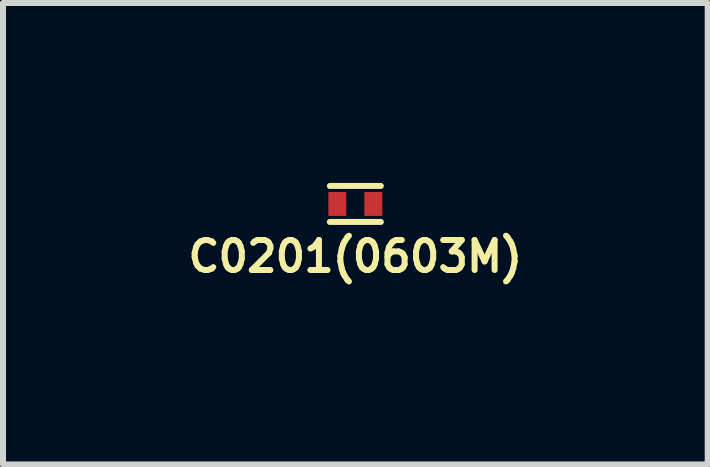
<source format=kicad_pcb>
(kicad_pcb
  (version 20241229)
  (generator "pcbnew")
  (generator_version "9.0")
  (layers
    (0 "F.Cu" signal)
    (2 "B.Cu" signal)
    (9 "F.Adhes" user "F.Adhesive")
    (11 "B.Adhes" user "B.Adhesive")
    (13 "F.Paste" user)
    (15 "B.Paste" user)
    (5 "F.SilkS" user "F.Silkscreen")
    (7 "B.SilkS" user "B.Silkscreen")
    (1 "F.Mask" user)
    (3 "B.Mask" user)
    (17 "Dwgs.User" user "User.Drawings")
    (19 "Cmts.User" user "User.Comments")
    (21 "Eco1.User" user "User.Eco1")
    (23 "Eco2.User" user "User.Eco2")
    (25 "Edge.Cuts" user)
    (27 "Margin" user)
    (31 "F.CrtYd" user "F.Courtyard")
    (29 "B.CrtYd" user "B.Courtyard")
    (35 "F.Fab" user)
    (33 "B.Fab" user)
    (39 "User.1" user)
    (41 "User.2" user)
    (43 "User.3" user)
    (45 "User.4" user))
  (footprint "C0201(0603M)"
    (layer "F.Cu")
    (at 2.874 0.35)
    (property "Reference" "C0201(0603M)" (at 0 0.875 0) (layer "F.SilkS") (effects (font (size 0.5 0.5) (thickness 0.1))))
    (attr smd)
    (fp_line (start -0.425 -0.3) (end 0.425 -0.3) (stroke (width 0.1) (type solid)) (layer "F.SilkS"))
    (fp_line (start -0.425 0.3) (end 0.425 0.3) (stroke (width 0.1) (type solid)) (layer "F.SilkS"))
    (pad "1" smd roundrect (at -0.3 0 90) (size 0.4 0.3) (layers "F.Cu" "F.Mask" "F.Paste") (roundrect_rratio 0.05))
    (pad "2" smd roundrect (at 0.3 0 90) (size 0.4 0.3) (layers "F.Cu" "F.Mask" "F.Paste") (roundrect_rratio 0.05)))
  (gr_rect
    (start -3 -3)
    (end 8.748 4.693)
    (stroke (width 0.1) (type default))
    (fill no)
    (layer "Edge.Cuts")))
</source>
